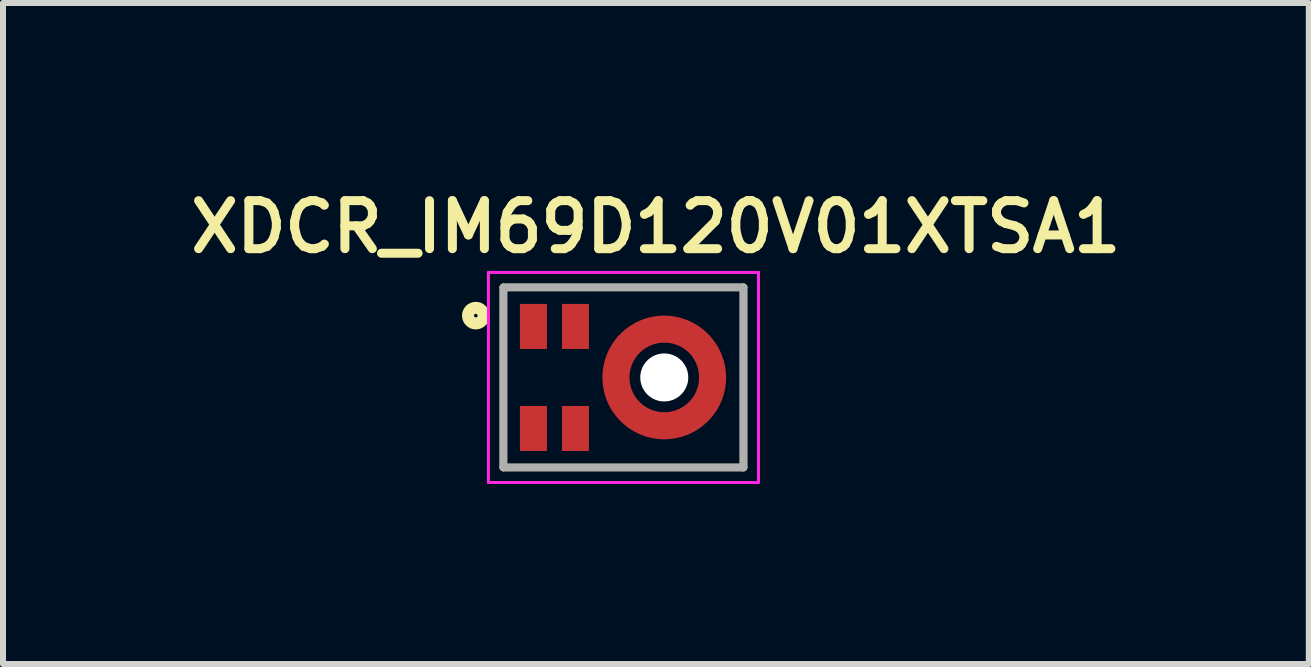
<source format=kicad_pcb>
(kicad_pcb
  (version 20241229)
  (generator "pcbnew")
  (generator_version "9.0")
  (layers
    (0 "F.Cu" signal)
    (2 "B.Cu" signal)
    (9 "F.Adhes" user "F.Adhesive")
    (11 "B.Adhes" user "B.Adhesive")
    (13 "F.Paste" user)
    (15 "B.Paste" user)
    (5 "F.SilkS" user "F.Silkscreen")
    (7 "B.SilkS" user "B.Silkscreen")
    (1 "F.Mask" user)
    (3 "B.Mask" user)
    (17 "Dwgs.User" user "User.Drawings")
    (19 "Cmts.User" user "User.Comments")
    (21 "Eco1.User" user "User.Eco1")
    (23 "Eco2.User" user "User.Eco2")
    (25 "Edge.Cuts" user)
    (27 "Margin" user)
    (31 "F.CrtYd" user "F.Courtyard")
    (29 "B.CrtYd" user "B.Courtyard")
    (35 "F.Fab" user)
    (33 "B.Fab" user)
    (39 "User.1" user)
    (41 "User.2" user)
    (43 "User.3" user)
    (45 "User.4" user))
  (footprint "XDCR_IM69D120V01XTSA1"
    (layer "F.Cu")
    (at 7.338 3.239)
    (property "Reference" "XDCR_IM69D120V01XTSA1" (at 0.54 -2.508 0) (layer "F.SilkS") (effects (font (size 0.8 0.8) (thickness 0.15))))
    (attr smd)
    (fp_circle (center 0.68 0) (end 1.485 0) (stroke (width 0.55) (type solid)) (fill no) (layer "F.Mask"))
    (fp_line (start -2 -1.5) (end -2 1.5) (stroke (width 0.127) (type solid)) (layer "F.SilkS"))
    (fp_line (start -2 -1.5) (end 2 -1.5) (stroke (width 0.127) (type solid)) (layer "F.SilkS"))
    (fp_line (start -2 1.5) (end 2 1.5) (stroke (width 0.127) (type solid)) (layer "F.SilkS"))
    (fp_line (start 2 1.5) (end 2 -1.5) (stroke (width 0.127) (type solid)) (layer "F.SilkS"))
    (fp_circle (center -2.46 -1.03) (end -2.33 -1.03) (stroke (width 0.2) (type solid)) (fill no) (layer "F.SilkS"))
    (fp_line (start -1.5 -0.95) (end -1.5 -0.75) (stroke (width 0.4) (type solid)) (layer "F.Paste"))
    (fp_line (start -1.5 0.75) (end -1.5 0.95) (stroke (width 0.4) (type solid)) (layer "F.Paste"))
    (fp_line (start -0.8 -0.95) (end -0.8 -0.75) (stroke (width 0.4) (type solid)) (layer "F.Paste"))
    (fp_line (start -0.8 0.75) (end -0.8 0.95) (stroke (width 0.4) (type solid)) (layer "F.Paste"))
    (fp_arc (start -0.104006 0.158) (mid -0.119785 0) (end -0.104006 -0.158) (stroke (width 0.4) (type solid)) (layer "F.Paste"))
    (fp_arc (start 0.151166 -0.599969) (mid 0.280109 -0.692634) (end 0.424831 -0.757969) (stroke (width 0.4) (type solid)) (layer "F.Paste"))
    (fp_arc (start 0.424831 0.757969) (mid 0.280109 0.692634) (end 0.151166 0.599969) (stroke (width 0.4) (type solid)) (layer "F.Paste"))
    (fp_arc (start 0.935169 -0.757969) (mid 1.079889 -0.692634) (end 1.20883 -0.599969) (stroke (width 0.4) (type solid)) (layer "F.Paste"))
    (fp_arc (start 1.20883 0.599969) (mid 1.079889 0.692634) (end 0.935169 0.757969) (stroke (width 0.4) (type solid)) (layer "F.Paste"))
    (fp_arc (start 1.46401 -0.158) (mid 1.479789 0) (end 1.46401 0.158) (stroke (width 0.4) (type solid)) (layer "F.Paste"))
    (fp_line (start -2.25 -1.75) (end 2.25 -1.75) (stroke (width 0.05) (type solid)) (layer "F.CrtYd"))
    (fp_line (start -2.25 1.75) (end -2.25 -1.75) (stroke (width 0.05) (type solid)) (layer "F.CrtYd"))
    (fp_line (start 2.25 -1.75) (end 2.25 1.75) (stroke (width 0.05) (type solid)) (layer "F.CrtYd"))
    (fp_line (start 2.25 1.75) (end -2.25 1.75) (stroke (width 0.05) (type solid)) (layer "F.CrtYd"))
    (fp_line (start -2 -1.5) (end -2 1.5) (stroke (width 0.127) (type solid)) (layer "F.Fab"))
    (fp_line (start -2 1.5) (end 2 1.5) (stroke (width 0.127) (type solid)) (layer "F.Fab"))
    (fp_line (start 2 -1.5) (end -2 -1.5) (stroke (width 0.127) (type solid)) (layer "F.Fab"))
    (fp_line (start 2 1.5) (end 2 -1.5) (stroke (width 0.127) (type solid)) (layer "F.Fab"))
    (pad "" np_thru_hole circle (at 0.68 0) (size 0.8 0.8) (drill 0.8) (layers "*.Cu" "*.Mask"))
    (pad "1" smd rect (at -1.5 -0.85 90) (size 0.75 0.45) (layers "F.Cu" "F.Mask"))
    (pad "2" smd rect (at -0.8 -0.85 90) (size 0.75 0.45) (layers "F.Cu" "F.Mask"))
    (pad "3" smd rect (at -1.5 0.85 90) (size 0.75 0.45) (layers "F.Cu" "F.Mask"))
    (pad "4" smd rect (at -0.8 0.85 90) (size 0.75 0.45) (layers "F.Cu" "F.Mask"))
    (pad "5" smd custom (at -0.1 0) (size 0.2 0.2) (layers "F.Cu") (options (anchor rect)) (primitives (gr_poly (pts (xy 0.779 -1.03) (xy 0.726 -1.029) (xy 0.672 -1.024) (xy 0.619 -1.017) (xy 0.566 -1.007) (xy 0.513 -0.995) (xy 0.462 -0.98) (xy 0.411 -0.962) (xy 0.361 -0.941) (xy 0.312 -0.918) (xy 0.265 -0.892) (xy 0.219 -0.864) (xy 0.174 -0.833) (xy 0.132 -0.801) (xy 0.091 -0.766) (xy 0.052 -0.728) (xy 0.014 -0.689) (xy -0.021 -0.648) (xy -0.053 -0.606) (xy -0.084 -0.561) (xy -0.112 -0.515) (xy -0.138 -0.468) (xy -0.161 -0.419) (xy -0.182 -0.369) (xy -0.2 -0.318) (xy -0.215 -0.267) (xy -0.227 -0.214) (xy -0.237 -0.161) (xy -0.244 -0.108) (xy -0.249 -0.054) (xy -0.25 0) (xy -0.249 0.054) (xy -0.244 0.108) (xy -0.237 0.161) (xy -0.227 0.214) (xy -0.215 0.267) (xy -0.2 0.318) (xy -0.182 0.369) (xy -0.161 0.419) (xy -0.138 0.468) (xy -0.112 0.515) (xy -0.084 0.561) (xy -0.053 0.605) (xy -0.02 0.648) (xy 0.015 0.689) (xy 0.052 0.728) (xy 0.091 0.765) (xy 0.132 0.8) (xy 0.175 0.833) (xy 0.219 0.864) (xy 0.265 0.892) (xy 0.312 0.918) (xy 0.361 0.941) (xy 0.411 0.962) (xy 0.462 0.98) (xy 0.513 0.995) (xy 0.566 1.007) (xy 0.619 1.017) (xy 0.672 1.024) (xy 0.726 1.029) (xy 0.78 1.03) (xy 0.834 1.029) (xy 0.888 1.024) (xy 0.941 1.017) (xy 0.994 1.007) (xy 1.047 0.995) (xy 1.098 0.98) (xy 1.149 0.962) (xy 1.199 0.941) (xy 1.248 0.918) (xy 1.295 0.892) (xy 1.341 0.864) (xy 1.385 0.833) (xy 1.428 0.8) (xy 1.469 0.765) (xy 1.508 0.728) (xy 1.545 0.689) (xy 1.58 0.648) (xy 1.613 0.605) (xy 1.644 0.561) (xy 1.672 0.515) (xy 1.698 0.468) (xy 1.721 0.419) (xy 1.742 0.369) (xy 1.76 0.318) (xy 1.775 0.267) (xy 1.787 0.214) (xy 1.797 0.161) (xy 1.804 0.108) (xy 1.809 0.054) (xy 1.81 0) (xy 1.809 -0.049) (xy 1.804 -0.103) (xy 1.797 -0.157) (xy 1.787 -0.21) (xy 1.775 -0.263) (xy 1.759 -0.315) (xy 1.741 -0.366) (xy 1.721 -0.416) (xy 1.697 -0.465) (xy 1.671 -0.513) (xy 1.643 -0.559) (xy 1.612 -0.603) (xy 1.579 -0.646) (xy 1.544 -0.688) (xy 1.507 -0.727) (xy 1.468 -0.764) (xy 1.426 -0.799) (xy 1.383 -0.832) (xy 1.339 -0.863) (xy 1.293 -0.891) (xy 1.245 -0.917) (xy 1.196 -0.941) (xy 1.146 -0.961) (xy 1.095 -0.979) (xy 1.043 -0.995) (xy 0.99 -1.007) (xy 0.937 -1.017) (xy 0.883 -1.024) (xy 0.829 -1.029) (xy 0.78 -1.03) (xy 0.78 -0.58) (xy 0.815 -0.579) (xy 0.845 -0.577) (xy 0.875 -0.573) (xy 0.905 -0.567) (xy 0.934 -0.56) (xy 0.963 -0.552) (xy 0.991 -0.542) (xy 1.019 -0.53) (xy 1.046 -0.517) (xy 1.073 -0.503) (xy 1.098 -0.487) (xy 1.123 -0.47) (xy 1.147 -0.452) (xy 1.17 -0.432) (xy 1.192 -0.412) (xy 1.212 -0.39) (xy 1.232 -0.367) (xy 1.25 -0.343) (xy 1.267 -0.318) (xy 1.283 -0.293) (xy 1.297 -0.266) (xy 1.31 -0.239) (xy 1.322 -0.211) (xy 1.332 -0.183) (xy 1.34 -0.154) (xy 1.347 -0.125) (xy 1.353 -0.095) (xy 1.357 -0.065) (xy 1.359 -0.035) (xy 1.36 -0.01) (xy 1.36 0) (xy 1.359 0.03) (xy 1.357 0.061) (xy 1.353 0.091) (xy 1.347 0.121) (xy 1.34 0.15) (xy 1.332 0.179) (xy 1.321 0.208) (xy 1.31 0.236) (xy 1.297 0.263) (xy 1.282 0.29) (xy 1.266 0.316) (xy 1.249 0.341) (xy 1.231 0.365) (xy 1.211 0.388) (xy 1.19 0.41) (xy 1.168 0.431) (xy 1.145 0.451) (xy 1.121 0.469) (xy 1.096 0.486) (xy 1.07 0.502) (xy 1.043 0.517) (xy 1.016 0.53) (xy 0.988 0.541) (xy 0.959 0.552) (xy 0.93 0.56) (xy 0.901 0.567) (xy 0.871 0.573) (xy 0.841 0.577) (xy 0.81 0.579) (xy 0.78 0.58) (xy 0.75 0.579) (xy 0.719 0.577) (xy 0.689 0.573) (xy 0.659 0.567) (xy 0.63 0.56) (xy 0.601 0.552) (xy 0.572 0.541) (xy 0.544 0.53) (xy 0.517 0.517) (xy 0.49 0.502) (xy 0.464 0.486) (xy 0.439 0.469) (xy 0.415 0.451) (xy 0.392 0.431) (xy 0.37 0.41) (xy 0.349 0.388) (xy 0.329 0.365) (xy 0.311 0.341) (xy 0.294 0.316) (xy 0.278 0.29) (xy 0.263 0.263) (xy 0.25 0.236) (xy 0.239 0.208) (xy 0.228 0.179) (xy 0.22 0.15) (xy 0.213 0.121) (xy 0.207 0.091) (xy 0.203 0.061) (xy 0.201 0.03) (xy 0.2 0) (xy 0.201 -0.031) (xy 0.203 -0.061) (xy 0.207 -0.091) (xy 0.213 -0.121) (xy 0.22 -0.15) (xy 0.228 -0.179) (xy 0.239 -0.208) (xy 0.25 -0.236) (xy 0.263 -0.263) (xy 0.278 -0.29) (xy 0.294 -0.316) (xy 0.311 -0.341) (xy 0.329 -0.365) (xy 0.349 -0.388) (xy 0.37 -0.41) (xy 0.392 -0.431) (xy 0.415 -0.451) (xy 0.439 -0.469) (xy 0.464 -0.486) (xy 0.49 -0.502) (xy 0.517 -0.517) (xy 0.544 -0.53) (xy 0.572 -0.541) (xy 0.601 -0.552) (xy 0.63 -0.56) (xy 0.659 -0.567) (xy 0.689 -0.573) (xy 0.719 -0.577) (xy 0.749 -0.579) (xy 0.779 -0.58) (xy 0.779 -1.03) (xy 0.779 -1.03)) (width 0.001) (fill yes)))))
  (gr_rect
    (start -3 -3)
    (end 18.757 8.014)
    (stroke (width 0.1) (type default))
    (fill no)
    (layer "Edge.Cuts")))
</source>
